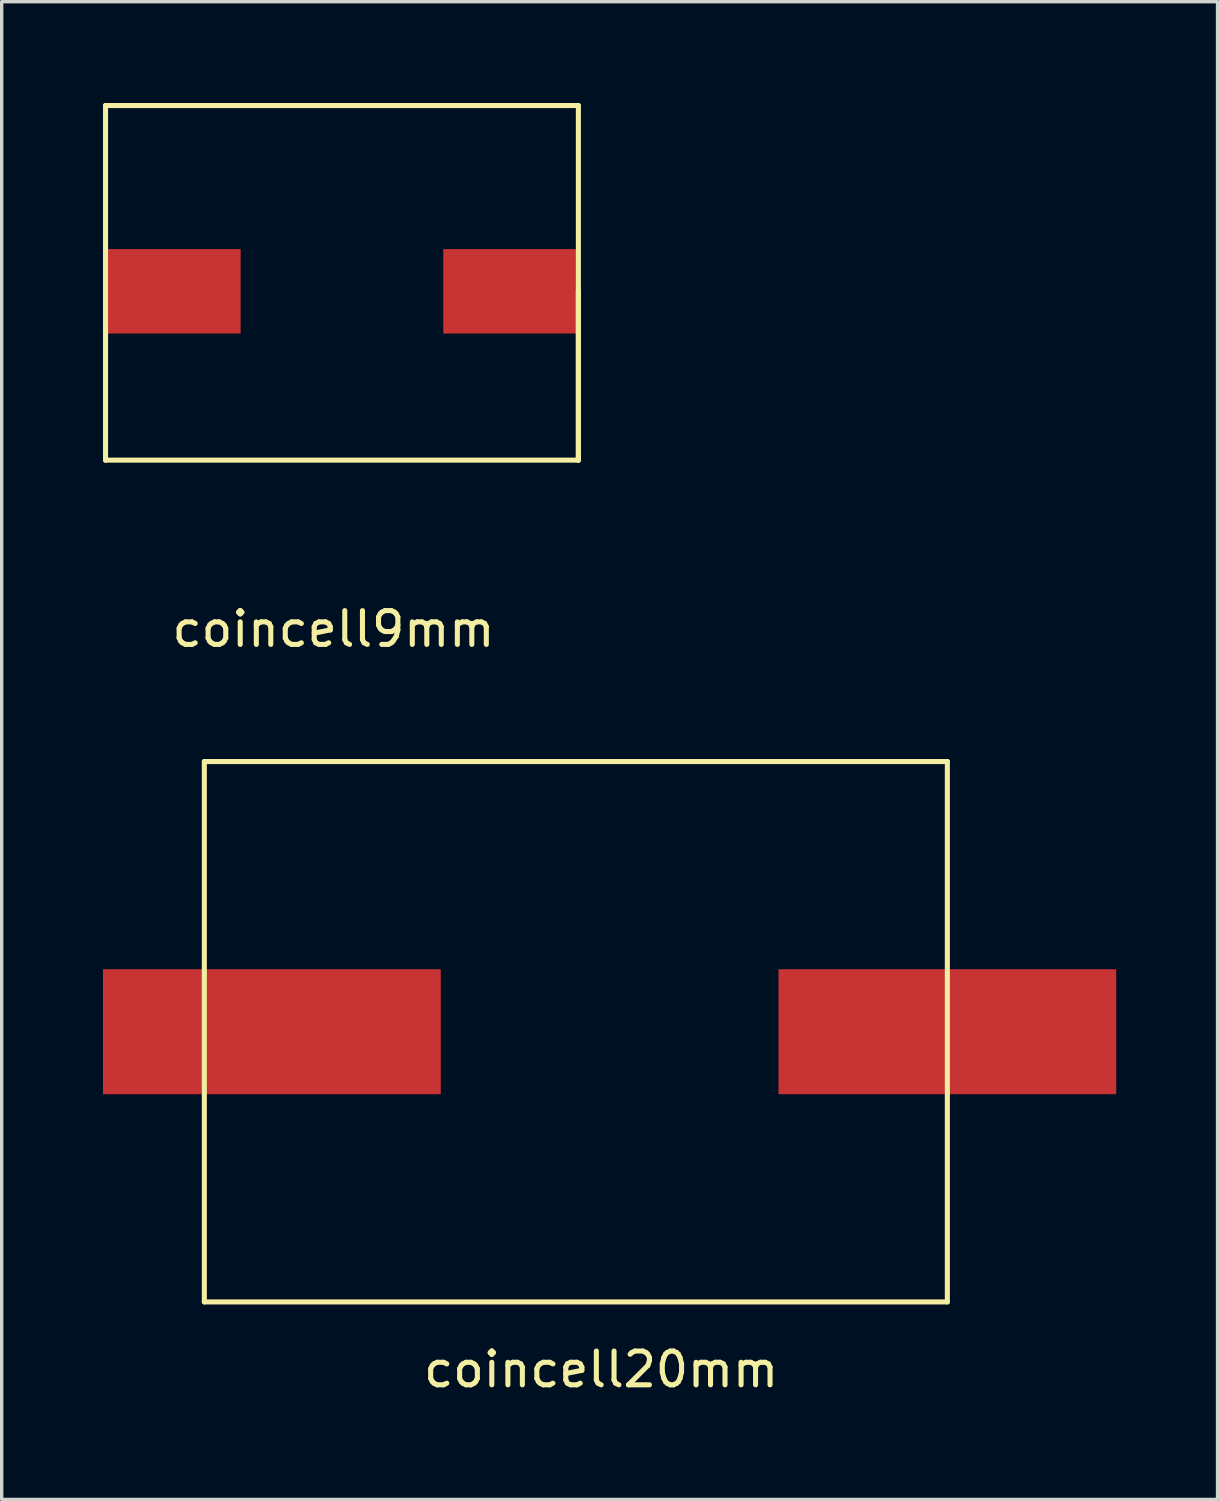
<source format=kicad_pcb>
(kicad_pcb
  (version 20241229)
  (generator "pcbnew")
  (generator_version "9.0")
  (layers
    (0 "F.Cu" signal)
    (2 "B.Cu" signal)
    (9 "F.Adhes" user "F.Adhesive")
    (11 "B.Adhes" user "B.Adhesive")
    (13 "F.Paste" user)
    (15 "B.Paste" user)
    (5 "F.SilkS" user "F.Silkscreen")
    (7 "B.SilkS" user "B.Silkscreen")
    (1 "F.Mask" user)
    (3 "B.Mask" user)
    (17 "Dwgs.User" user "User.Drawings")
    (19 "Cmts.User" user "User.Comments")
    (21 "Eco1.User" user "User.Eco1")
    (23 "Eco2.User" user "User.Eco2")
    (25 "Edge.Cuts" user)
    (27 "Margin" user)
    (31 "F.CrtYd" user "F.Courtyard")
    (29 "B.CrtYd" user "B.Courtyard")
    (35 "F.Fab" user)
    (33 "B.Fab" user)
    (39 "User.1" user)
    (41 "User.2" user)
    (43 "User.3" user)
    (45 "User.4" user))
  (footprint "coincell9mm"
    (layer "F.Cu")
    (at 17.075 5.575)
    (property "Reference" "coincell9mm" (at -10.25 10 0) (layer "F.SilkS") (effects (font (size 1 1) (thickness 0.15))))
    (attr through_hole)
    (fp_line (start -17 -5.5) (end -17 5) (stroke (width 0.15) (type solid)) (layer "F.SilkS"))
    (fp_line (start -17 5) (end -3 5) (stroke (width 0.15) (type solid)) (layer "F.SilkS"))
    (fp_line (start -3 -5.5) (end -17 -5.5) (stroke (width 0.15) (type solid)) (layer "F.SilkS"))
    (fp_line (start -3 0) (end -3 -5.5) (stroke (width 0.15) (type solid)) (layer "F.SilkS"))
    (fp_line (start -3 5) (end -3 0) (stroke (width 0.15) (type solid)) (layer "F.SilkS"))
    (fp_line (start -3 5) (end -3 0) (stroke (width 0.15) (type solid)) (layer "F.SilkS"))
    (pad "1" smd rect (at -15 0) (size 4 2.5) (layers "F.Cu" "F.Mask" "F.Paste"))
    (pad "2" smd rect (at -5 0) (size 4 2.5) (layers "F.Cu" "F.Mask" "F.Paste")))
  (footprint "coincell20mm"
    (layer "F.Cu")
    (at 25 27.498)
    (property "Reference" "coincell20mm" (at -10.25 10 0) (layer "F.SilkS") (effects (font (size 1 1) (thickness 0.15))))
    (attr through_hole)
    (fp_line (start -22 -8) (end 0 -8) (stroke (width 0.15) (type solid)) (layer "F.SilkS"))
    (fp_line (start -22 8) (end -22 -8) (stroke (width 0.15) (type solid)) (layer "F.SilkS"))
    (fp_line (start 0 -8) (end 0 8) (stroke (width 0.15) (type solid)) (layer "F.SilkS"))
    (fp_line (start 0 8) (end -22 8) (stroke (width 0.15) (type solid)) (layer "F.SilkS"))
    (pad "1" smd rect (at -20 0) (size 10 3.7) (layers "F.Cu" "F.Mask" "F.Paste"))
    (pad "2" smd rect (at 0 0) (size 10 3.7) (layers "F.Cu" "F.Mask" "F.Paste")))
  (gr_rect
    (start -3 -3)
    (end 33 41.346)
    (stroke (width 0.1) (type default))
    (fill no)
    (layer "Edge.Cuts")))
</source>
